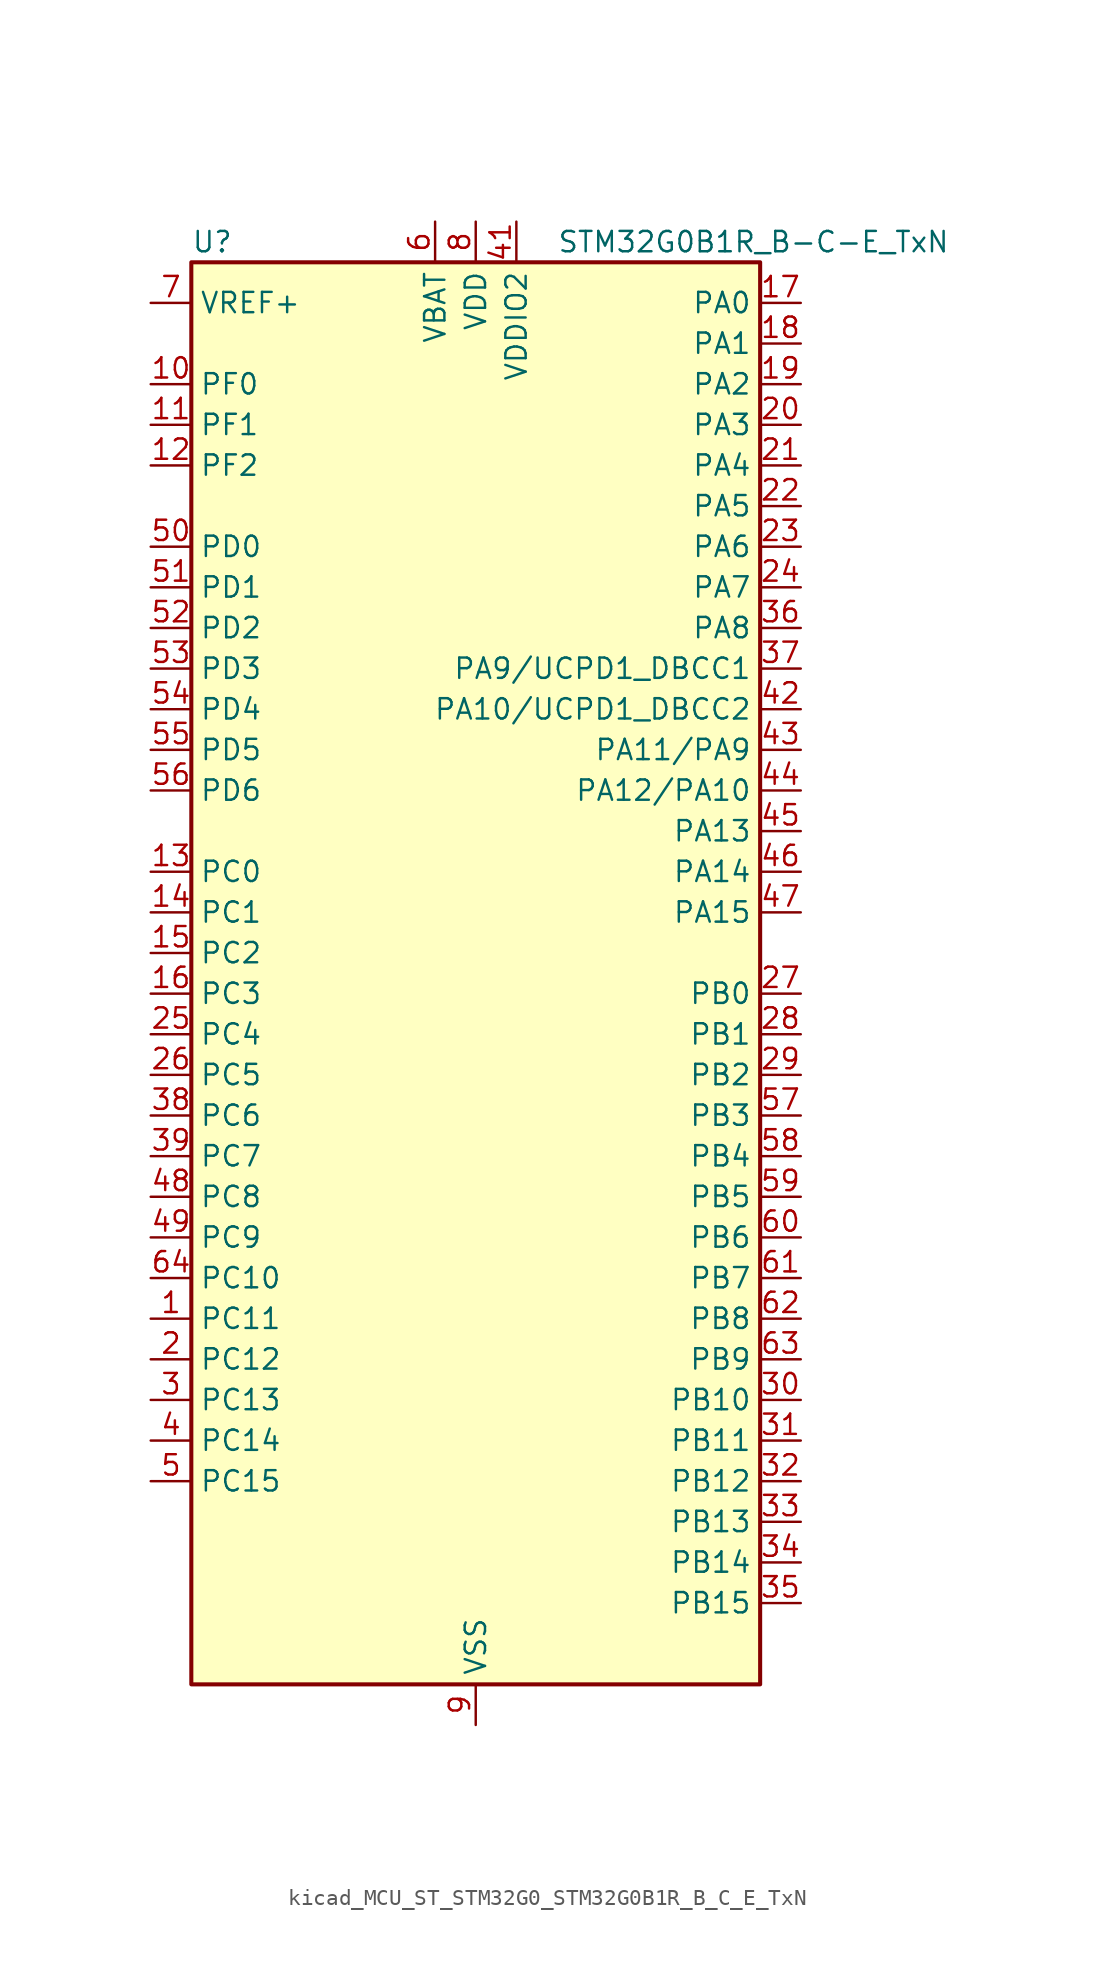
<source format=kicad_sym>
(kicad_symbol_lib
  (version 20220914)
  (generator kicad_symbol_editor)
  (symbol "kicad_MCU_ST_STM32G0_STM32G0B1R_B_C_E_TxN"
    (property "Reference" "U"
      (at -17.78 46.99 0)
      (effects (font (size 1.27 1.27)) (justify left)))
    (property "Value" "STM32G0B1R_B-C-E_TxN"
      (at 5.08 46.99 0)
      (effects (font (size 1.27 1.27)) (justify left)))
    (property "ki_locked" ""
      (at 0 0 0)
      (effects (font (size 1.27 1.27))))
    (symbol "kicad_MCU_ST_STM32G0_STM32G0B1R_B_C_E_TxN_0_1"
      (rectangle (start -17.78 -43.18) (end 17.78 45.72) (stroke (width 0.254) (type default)) (fill (type background))))
    (symbol "kicad_MCU_ST_STM32G0_STM32G0B1R_B_C_E_TxN_1_1"
      (pin bidirectional line (at -20.32 -20.32 0) (length 2.54) (name "PC11" (effects (font (size 1.27 1.27)))) (number "1" (effects (font (size 1.27 1.27)))) (alternate "ADC1_EXTI11" bidirectional line) (alternate "SPI3_MISO" bidirectional line) (alternate "TIM1_CH4" bidirectional line) (alternate "USART3_RX" bidirectional line) (alternate "USART4_RX" bidirectional line))
      (pin bidirectional line (at -20.32 38.1 0) (length 2.54) (name "PF0" (effects (font (size 1.27 1.27)))) (number "10" (effects (font (size 1.27 1.27)))) (alternate "CRS1_SYNC" bidirectional line) (alternate "RCC_OSC_IN" bidirectional line) (alternate "TIM14_CH1" bidirectional line))
      (pin bidirectional line (at -20.32 35.56 0) (length 2.54) (name "PF1" (effects (font (size 1.27 1.27)))) (number "11" (effects (font (size 1.27 1.27)))) (alternate "RCC_OSC_EN" bidirectional line) (alternate "RCC_OSC_OUT" bidirectional line) (alternate "TIM15_CH1N" bidirectional line))
      (pin bidirectional line (at -20.32 33.02 0) (length 2.54) (name "PF2" (effects (font (size 1.27 1.27)))) (number "12" (effects (font (size 1.27 1.27)))) (alternate "LPUART2_DE" bidirectional line) (alternate "LPUART2_RTS" bidirectional line) (alternate "LPUART2_TX" bidirectional line) (alternate "RCC_MCO" bidirectional line))
      (pin bidirectional line (at -20.32 7.62 0) (length 2.54) (name "PC0" (effects (font (size 1.27 1.27)))) (number "13" (effects (font (size 1.27 1.27)))) (alternate "COMP3_INM" bidirectional line) (alternate "COMP3_OUT" bidirectional line) (alternate "I2C3_SCL" bidirectional line) (alternate "LPTIM1_IN1" bidirectional line) (alternate "LPTIM2_IN1" bidirectional line) (alternate "LPUART1_RX" bidirectional line) (alternate "LPUART2_TX" bidirectional line) (alternate "USART6_TX" bidirectional line))
      (pin bidirectional line (at -20.32 5.08 0) (length 2.54) (name "PC1" (effects (font (size 1.27 1.27)))) (number "14" (effects (font (size 1.27 1.27)))) (alternate "COMP3_INP" bidirectional line) (alternate "I2C3_SDA" bidirectional line) (alternate "LPTIM1_OUT" bidirectional line) (alternate "LPUART1_TX" bidirectional line) (alternate "LPUART2_RX" bidirectional line) (alternate "TIM15_CH1" bidirectional line) (alternate "USART6_RX" bidirectional line))
      (pin bidirectional line (at -20.32 2.54 0) (length 2.54) (name "PC2" (effects (font (size 1.27 1.27)))) (number "15" (effects (font (size 1.27 1.27)))) (alternate "COMP3_OUT" bidirectional line) (alternate "FDCAN2_RX" bidirectional line) (alternate "I2S2_MCK" bidirectional line) (alternate "LPTIM1_IN2" bidirectional line) (alternate "SPI2_MISO" bidirectional line) (alternate "TIM15_CH2" bidirectional line))
      (pin bidirectional line (at -20.32 0 0) (length 2.54) (name "PC3" (effects (font (size 1.27 1.27)))) (number "16" (effects (font (size 1.27 1.27)))) (alternate "FDCAN2_TX" bidirectional line) (alternate "I2S2_SD" bidirectional line) (alternate "LPTIM1_ETR" bidirectional line) (alternate "LPTIM2_ETR" bidirectional line) (alternate "SPI2_MOSI" bidirectional line))
      (pin bidirectional line (at 20.32 43.18 180) (length 2.54) (name "PA0" (effects (font (size 1.27 1.27)))) (number "17" (effects (font (size 1.27 1.27)))) (alternate "ADC1_IN0" bidirectional line) (alternate "COMP1_INM" bidirectional line) (alternate "COMP1_OUT" bidirectional line) (alternate "I2S2_CK" bidirectional line) (alternate "LPTIM1_OUT" bidirectional line) (alternate "RTC_TAMP_IN2" bidirectional line) (alternate "SPI2_SCK" bidirectional line) (alternate "SYS_WKUP1" bidirectional line) (alternate "TIM2_CH1" bidirectional line) (alternate "TIM2_ETR" bidirectional line) (alternate "UCPD2_FRSTX1" bidirectional line) (alternate "UCPD2_FRSTX2" bidirectional line) (alternate "USART2_CTS" bidirectional line) (alternate "USART2_NSS" bidirectional line) (alternate "USART4_TX" bidirectional line))
      (pin bidirectional line (at 20.32 40.64 180) (length 2.54) (name "PA1" (effects (font (size 1.27 1.27)))) (number "18" (effects (font (size 1.27 1.27)))) (alternate "ADC1_IN1" bidirectional line) (alternate "COMP1_INP" bidirectional line) (alternate "I2C1_SMBA" bidirectional line) (alternate "I2S1_CK" bidirectional line) (alternate "SPI1_SCK" bidirectional line) (alternate "TIM15_CH1N" bidirectional line) (alternate "TIM2_CH2" bidirectional line) (alternate "USART2_CK" bidirectional line) (alternate "USART2_DE" bidirectional line) (alternate "USART2_RTS" bidirectional line) (alternate "USART4_RX" bidirectional line))
      (pin bidirectional line (at 20.32 38.1 180) (length 2.54) (name "PA2" (effects (font (size 1.27 1.27)))) (number "19" (effects (font (size 1.27 1.27)))) (alternate "ADC1_IN2" bidirectional line) (alternate "COMP2_INM" bidirectional line) (alternate "COMP2_OUT" bidirectional line) (alternate "I2S1_SD" bidirectional line) (alternate "LPUART1_TX" bidirectional line) (alternate "RCC_LSCO" bidirectional line) (alternate "SPI1_MOSI" bidirectional line) (alternate "SYS_WKUP4" bidirectional line) (alternate "TIM15_CH1" bidirectional line) (alternate "TIM2_CH3" bidirectional line) (alternate "UCPD1_FRSTX1" bidirectional line) (alternate "UCPD1_FRSTX2" bidirectional line) (alternate "USART2_TX" bidirectional line))
      (pin bidirectional line (at -20.32 -22.86 0) (length 2.54) (name "PC12" (effects (font (size 1.27 1.27)))) (number "2" (effects (font (size 1.27 1.27)))) (alternate "LPTIM1_IN1" bidirectional line) (alternate "SPI3_MOSI" bidirectional line) (alternate "TIM14_CH1" bidirectional line) (alternate "UCPD1_FRSTX1" bidirectional line) (alternate "UCPD1_FRSTX2" bidirectional line) (alternate "USART5_TX" bidirectional line))
      (pin bidirectional line (at 20.32 35.56 180) (length 2.54) (name "PA3" (effects (font (size 1.27 1.27)))) (number "20" (effects (font (size 1.27 1.27)))) (alternate "ADC1_IN3" bidirectional line) (alternate "COMP2_INP" bidirectional line) (alternate "I2S2_MCK" bidirectional line) (alternate "LPUART1_RX" bidirectional line) (alternate "SPI2_MISO" bidirectional line) (alternate "TIM15_CH2" bidirectional line) (alternate "TIM2_CH4" bidirectional line) (alternate "UCPD2_FRSTX1" bidirectional line) (alternate "UCPD2_FRSTX2" bidirectional line) (alternate "USART2_RX" bidirectional line))
      (pin bidirectional line (at 20.32 33.02 180) (length 2.54) (name "PA4" (effects (font (size 1.27 1.27)))) (number "21" (effects (font (size 1.27 1.27)))) (alternate "ADC1_IN4" bidirectional line) (alternate "DAC1_OUT1" bidirectional line) (alternate "I2S1_WS" bidirectional line) (alternate "I2S2_SD" bidirectional line) (alternate "LPTIM2_OUT" bidirectional line) (alternate "RTC_OUT2" bidirectional line) (alternate "SPI1_NSS" bidirectional line) (alternate "SPI2_MOSI" bidirectional line) (alternate "SPI3_NSS" bidirectional line) (alternate "TIM14_CH1" bidirectional line) (alternate "UCPD2_FRSTX1" bidirectional line) (alternate "UCPD2_FRSTX2" bidirectional line) (alternate "USART6_TX" bidirectional line) (alternate "USB_NOE" bidirectional line))
      (pin bidirectional line (at 20.32 30.48 180) (length 2.54) (name "PA5" (effects (font (size 1.27 1.27)))) (number "22" (effects (font (size 1.27 1.27)))) (alternate "ADC1_IN5" bidirectional line) (alternate "CEC" bidirectional line) (alternate "DAC1_OUT2" bidirectional line) (alternate "I2S1_CK" bidirectional line) (alternate "LPTIM2_ETR" bidirectional line) (alternate "SPI1_SCK" bidirectional line) (alternate "TIM2_CH1" bidirectional line) (alternate "TIM2_ETR" bidirectional line) (alternate "UCPD1_FRSTX1" bidirectional line) (alternate "UCPD1_FRSTX2" bidirectional line) (alternate "USART3_TX" bidirectional line) (alternate "USART6_RX" bidirectional line))
      (pin bidirectional line (at 20.32 27.94 180) (length 2.54) (name "PA6" (effects (font (size 1.27 1.27)))) (number "23" (effects (font (size 1.27 1.27)))) (alternate "ADC1_IN6" bidirectional line) (alternate "COMP1_OUT" bidirectional line) (alternate "I2C2_SDA" bidirectional line) (alternate "I2C3_SDA" bidirectional line) (alternate "I2S1_MCK" bidirectional line) (alternate "LPUART1_CTS" bidirectional line) (alternate "SPI1_MISO" bidirectional line) (alternate "TIM16_CH1" bidirectional line) (alternate "TIM1_BK" bidirectional line) (alternate "TIM3_CH1" bidirectional line) (alternate "USART3_CTS" bidirectional line) (alternate "USART3_NSS" bidirectional line) (alternate "USART6_CTS" bidirectional line) (alternate "USART6_NSS" bidirectional line))
      (pin bidirectional line (at 20.32 25.4 180) (length 2.54) (name "PA7" (effects (font (size 1.27 1.27)))) (number "24" (effects (font (size 1.27 1.27)))) (alternate "ADC1_IN7" bidirectional line) (alternate "COMP2_OUT" bidirectional line) (alternate "I2C2_SCL" bidirectional line) (alternate "I2C3_SCL" bidirectional line) (alternate "I2S1_SD" bidirectional line) (alternate "SPI1_MOSI" bidirectional line) (alternate "TIM14_CH1" bidirectional line) (alternate "TIM17_CH1" bidirectional line) (alternate "TIM1_CH1N" bidirectional line) (alternate "TIM3_CH2" bidirectional line) (alternate "UCPD1_FRSTX1" bidirectional line) (alternate "UCPD1_FRSTX2" bidirectional line) (alternate "USART6_CK" bidirectional line) (alternate "USART6_DE" bidirectional line) (alternate "USART6_RTS" bidirectional line))
      (pin bidirectional line (at -20.32 -2.54 0) (length 2.54) (name "PC4" (effects (font (size 1.27 1.27)))) (number "25" (effects (font (size 1.27 1.27)))) (alternate "ADC1_IN17" bidirectional line) (alternate "COMP1_INM" bidirectional line) (alternate "FDCAN1_RX" bidirectional line) (alternate "TIM2_CH1" bidirectional line) (alternate "TIM2_ETR" bidirectional line) (alternate "USART1_TX" bidirectional line) (alternate "USART3_TX" bidirectional line))
      (pin bidirectional line (at -20.32 -5.08 0) (length 2.54) (name "PC5" (effects (font (size 1.27 1.27)))) (number "26" (effects (font (size 1.27 1.27)))) (alternate "ADC1_IN18" bidirectional line) (alternate "COMP1_INP" bidirectional line) (alternate "FDCAN1_TX" bidirectional line) (alternate "SYS_WKUP5" bidirectional line) (alternate "TIM2_CH2" bidirectional line) (alternate "USART1_RX" bidirectional line) (alternate "USART3_RX" bidirectional line))
      (pin bidirectional line (at 20.32 0 180) (length 2.54) (name "PB0" (effects (font (size 1.27 1.27)))) (number "27" (effects (font (size 1.27 1.27)))) (alternate "ADC1_IN8" bidirectional line) (alternate "COMP1_OUT" bidirectional line) (alternate "COMP3_INP" bidirectional line) (alternate "FDCAN2_RX" bidirectional line) (alternate "I2S1_WS" bidirectional line) (alternate "LPTIM1_OUT" bidirectional line) (alternate "LPUART2_CTS" bidirectional line) (alternate "SPI1_NSS" bidirectional line) (alternate "TIM1_CH2N" bidirectional line) (alternate "TIM3_CH3" bidirectional line) (alternate "UCPD1_FRSTX1" bidirectional line) (alternate "UCPD1_FRSTX2" bidirectional line) (alternate "USART3_RX" bidirectional line) (alternate "USART5_TX" bidirectional line))
      (pin bidirectional line (at 20.32 -2.54 180) (length 2.54) (name "PB1" (effects (font (size 1.27 1.27)))) (number "28" (effects (font (size 1.27 1.27)))) (alternate "ADC1_IN9" bidirectional line) (alternate "COMP1_INM" bidirectional line) (alternate "COMP3_OUT" bidirectional line) (alternate "FDCAN2_TX" bidirectional line) (alternate "LPTIM2_IN1" bidirectional line) (alternate "LPUART1_DE" bidirectional line) (alternate "LPUART1_RTS" bidirectional line) (alternate "LPUART2_DE" bidirectional line) (alternate "LPUART2_RTS" bidirectional line) (alternate "TIM14_CH1" bidirectional line) (alternate "TIM1_CH3N" bidirectional line) (alternate "TIM3_CH4" bidirectional line) (alternate "USART3_CK" bidirectional line) (alternate "USART3_DE" bidirectional line) (alternate "USART3_RTS" bidirectional line) (alternate "USART5_RX" bidirectional line))
      (pin bidirectional line (at 20.32 -5.08 180) (length 2.54) (name "PB2" (effects (font (size 1.27 1.27)))) (number "29" (effects (font (size 1.27 1.27)))) (alternate "ADC1_IN10" bidirectional line) (alternate "COMP1_INP" bidirectional line) (alternate "COMP3_INM" bidirectional line) (alternate "I2S2_MCK" bidirectional line) (alternate "LPTIM1_OUT" bidirectional line) (alternate "RCC_MCO_2" bidirectional line) (alternate "SPI2_MISO" bidirectional line) (alternate "USART3_TX" bidirectional line))
      (pin bidirectional line (at -20.32 -25.4 0) (length 2.54) (name "PC13" (effects (font (size 1.27 1.27)))) (number "3" (effects (font (size 1.27 1.27)))) (alternate "RTC_OUT1" bidirectional line) (alternate "RTC_TAMP_IN1" bidirectional line) (alternate "RTC_TS" bidirectional line) (alternate "SYS_WKUP2" bidirectional line) (alternate "TIM1_BK" bidirectional line))
      (pin bidirectional line (at 20.32 -25.4 180) (length 2.54) (name "PB10" (effects (font (size 1.27 1.27)))) (number "30" (effects (font (size 1.27 1.27)))) (alternate "ADC1_IN11" bidirectional line) (alternate "CEC" bidirectional line) (alternate "COMP1_OUT" bidirectional line) (alternate "I2C2_SCL" bidirectional line) (alternate "I2S2_CK" bidirectional line) (alternate "LPUART1_RX" bidirectional line) (alternate "SPI2_SCK" bidirectional line) (alternate "TIM2_CH3" bidirectional line) (alternate "USART3_TX" bidirectional line))
      (pin bidirectional line (at 20.32 -27.94 180) (length 2.54) (name "PB11" (effects (font (size 1.27 1.27)))) (number "31" (effects (font (size 1.27 1.27)))) (alternate "ADC1_EXTI11" bidirectional line) (alternate "ADC1_IN15" bidirectional line) (alternate "COMP2_OUT" bidirectional line) (alternate "I2C2_SDA" bidirectional line) (alternate "I2S2_SD" bidirectional line) (alternate "LPUART1_TX" bidirectional line) (alternate "SPI2_MOSI" bidirectional line) (alternate "TIM2_CH4" bidirectional line) (alternate "USART3_RX" bidirectional line))
      (pin bidirectional line (at 20.32 -30.48 180) (length 2.54) (name "PB12" (effects (font (size 1.27 1.27)))) (number "32" (effects (font (size 1.27 1.27)))) (alternate "ADC1_IN16" bidirectional line) (alternate "FDCAN2_RX" bidirectional line) (alternate "I2C2_SMBA" bidirectional line) (alternate "I2S2_WS" bidirectional line) (alternate "LPUART1_DE" bidirectional line) (alternate "LPUART1_RTS" bidirectional line) (alternate "SPI2_NSS" bidirectional line) (alternate "TIM15_BK" bidirectional line) (alternate "TIM1_BK" bidirectional line) (alternate "UCPD2_FRSTX1" bidirectional line) (alternate "UCPD2_FRSTX2" bidirectional line))
      (pin bidirectional line (at 20.32 -33.02 180) (length 2.54) (name "PB13" (effects (font (size 1.27 1.27)))) (number "33" (effects (font (size 1.27 1.27)))) (alternate "FDCAN2_TX" bidirectional line) (alternate "I2C2_SCL" bidirectional line) (alternate "I2S2_CK" bidirectional line) (alternate "LPUART1_CTS" bidirectional line) (alternate "SPI2_SCK" bidirectional line) (alternate "TIM15_CH1N" bidirectional line) (alternate "TIM1_CH1N" bidirectional line) (alternate "USART3_CTS" bidirectional line) (alternate "USART3_NSS" bidirectional line))
      (pin bidirectional line (at 20.32 -35.56 180) (length 2.54) (name "PB14" (effects (font (size 1.27 1.27)))) (number "34" (effects (font (size 1.27 1.27)))) (alternate "I2C2_SDA" bidirectional line) (alternate "I2S2_MCK" bidirectional line) (alternate "SPI2_MISO" bidirectional line) (alternate "TIM15_CH1" bidirectional line) (alternate "TIM1_CH2N" bidirectional line) (alternate "UCPD1_FRSTX1" bidirectional line) (alternate "UCPD1_FRSTX2" bidirectional line) (alternate "USART3_CK" bidirectional line) (alternate "USART3_DE" bidirectional line) (alternate "USART3_RTS" bidirectional line) (alternate "USART6_CK" bidirectional line) (alternate "USART6_DE" bidirectional line) (alternate "USART6_RTS" bidirectional line))
      (pin bidirectional line (at 20.32 -38.1 180) (length 2.54) (name "PB15" (effects (font (size 1.27 1.27)))) (number "35" (effects (font (size 1.27 1.27)))) (alternate "I2S2_SD" bidirectional line) (alternate "RTC_REFIN" bidirectional line) (alternate "SPI2_MOSI" bidirectional line) (alternate "TIM15_CH1N" bidirectional line) (alternate "TIM15_CH2" bidirectional line) (alternate "TIM1_CH3N" bidirectional line) (alternate "UCPD1_CC2" bidirectional line) (alternate "USART6_CTS" bidirectional line) (alternate "USART6_NSS" bidirectional line))
      (pin bidirectional line (at 20.32 22.86 180) (length 2.54) (name "PA8" (effects (font (size 1.27 1.27)))) (number "36" (effects (font (size 1.27 1.27)))) (alternate "CRS1_SYNC" bidirectional line) (alternate "I2C2_SMBA" bidirectional line) (alternate "I2S2_WS" bidirectional line) (alternate "LPTIM2_OUT" bidirectional line) (alternate "RCC_MCO" bidirectional line) (alternate "SPI2_NSS" bidirectional line) (alternate "TIM1_CH1" bidirectional line) (alternate "UCPD1_CC1" bidirectional line))
      (pin bidirectional line (at 20.32 20.32 180) (length 2.54) (name "PA9/UCPD1_DBCC1" (effects (font (size 1.27 1.27)))) (number "37" (effects (font (size 1.27 1.27)))) (alternate "DAC1_EXTI9" bidirectional line) (alternate "I2C1_SCL" bidirectional line) (alternate "I2C2_SCL" bidirectional line) (alternate "I2S2_MCK" bidirectional line) (alternate "RCC_MCO" bidirectional line) (alternate "SPI2_MISO" bidirectional line) (alternate "TIM15_BK" bidirectional line) (alternate "TIM1_CH2" bidirectional line) (alternate "UCPD1_DBCC1" bidirectional line) (alternate "USART1_TX" bidirectional line))
      (pin bidirectional line (at -20.32 -7.62 0) (length 2.54) (name "PC6" (effects (font (size 1.27 1.27)))) (number "38" (effects (font (size 1.27 1.27)))) (alternate "LPUART2_TX" bidirectional line) (alternate "TIM2_CH3" bidirectional line) (alternate "TIM3_CH1" bidirectional line) (alternate "UCPD1_FRSTX1" bidirectional line) (alternate "UCPD1_FRSTX2" bidirectional line))
      (pin bidirectional line (at -20.32 -10.16 0) (length 2.54) (name "PC7" (effects (font (size 1.27 1.27)))) (number "39" (effects (font (size 1.27 1.27)))) (alternate "LPUART2_RX" bidirectional line) (alternate "TIM2_CH4" bidirectional line) (alternate "TIM3_CH2" bidirectional line) (alternate "UCPD2_FRSTX1" bidirectional line) (alternate "UCPD2_FRSTX2" bidirectional line))
      (pin bidirectional line (at -20.32 -27.94 0) (length 2.54) (name "PC14" (effects (font (size 1.27 1.27)))) (number "4" (effects (font (size 1.27 1.27)))) (alternate "RCC_OSC32_IN" bidirectional line) (alternate "TIM1_BK2" bidirectional line))
      (pin passive line (at 0 -45.72 90) (length 2.54) hide (name "VSS" (effects (font (size 1.27 1.27)))) (number "40" (effects (font (size 1.27 1.27)))))
      (pin power_in line (at 2.54 48.26 270) (length 2.54) (name "VDDIO2" (effects (font (size 1.27 1.27)))) (number "41" (effects (font (size 1.27 1.27)))))
      (pin bidirectional line (at 20.32 17.78 180) (length 2.54) (name "PA10/UCPD1_DBCC2" (effects (font (size 1.27 1.27)))) (number "42" (effects (font (size 1.27 1.27)))) (alternate "I2C1_SDA" bidirectional line) (alternate "I2C2_SDA" bidirectional line) (alternate "I2S2_SD" bidirectional line) (alternate "RCC_MCO_2" bidirectional line) (alternate "SPI2_MOSI" bidirectional line) (alternate "TIM17_BK" bidirectional line) (alternate "TIM1_CH3" bidirectional line) (alternate "UCPD1_DBCC2" bidirectional line) (alternate "USART1_RX" bidirectional line))
      (pin bidirectional line (at 20.32 15.24 180) (length 2.54) (name "PA11/PA9" (effects (font (size 1.27 1.27)))) (number "43" (effects (font (size 1.27 1.27)))) (alternate "ADC1_EXTI11" bidirectional line) (alternate "COMP1_OUT" bidirectional line) (alternate "FDCAN1_RX" bidirectional line) (alternate "I2C2_SCL" bidirectional line) (alternate "I2S1_MCK" bidirectional line) (alternate "SPI1_MISO" bidirectional line) (alternate "TIM1_BK2" bidirectional line) (alternate "TIM1_CH4" bidirectional line) (alternate "USART1_CTS" bidirectional line) (alternate "USART1_NSS" bidirectional line) (alternate "USB_DM" bidirectional line))
      (pin bidirectional line (at 20.32 12.7 180) (length 2.54) (name "PA12/PA10" (effects (font (size 1.27 1.27)))) (number "44" (effects (font (size 1.27 1.27)))) (alternate "COMP2_OUT" bidirectional line) (alternate "FDCAN1_TX" bidirectional line) (alternate "I2C2_SDA" bidirectional line) (alternate "I2S1_SD" bidirectional line) (alternate "I2S_CKIN" bidirectional line) (alternate "SPI1_MOSI" bidirectional line) (alternate "TIM1_ETR" bidirectional line) (alternate "USART1_CK" bidirectional line) (alternate "USART1_DE" bidirectional line) (alternate "USART1_RTS" bidirectional line) (alternate "USB_DP" bidirectional line))
      (pin bidirectional line (at 20.32 10.16 180) (length 2.54) (name "PA13" (effects (font (size 1.27 1.27)))) (number "45" (effects (font (size 1.27 1.27)))) (alternate "IR_OUT" bidirectional line) (alternate "LPUART2_RX" bidirectional line) (alternate "SYS_SWDIO" bidirectional line) (alternate "USB_NOE" bidirectional line))
      (pin bidirectional line (at 20.32 7.62 180) (length 2.54) (name "PA14" (effects (font (size 1.27 1.27)))) (number "46" (effects (font (size 1.27 1.27)))) (alternate "LPUART2_TX" bidirectional line) (alternate "SYS_SWCLK" bidirectional line) (alternate "USART2_TX" bidirectional line))
      (pin bidirectional line (at 20.32 5.08 180) (length 2.54) (name "PA15" (effects (font (size 1.27 1.27)))) (number "47" (effects (font (size 1.27 1.27)))) (alternate "I2C2_SMBA" bidirectional line) (alternate "I2S1_WS" bidirectional line) (alternate "RCC_MCO_2" bidirectional line) (alternate "SPI1_NSS" bidirectional line) (alternate "SPI3_NSS" bidirectional line) (alternate "TIM2_CH1" bidirectional line) (alternate "TIM2_ETR" bidirectional line) (alternate "USART2_RX" bidirectional line) (alternate "USART3_CK" bidirectional line) (alternate "USART3_DE" bidirectional line) (alternate "USART3_RTS" bidirectional line) (alternate "USART4_CK" bidirectional line) (alternate "USART4_DE" bidirectional line) (alternate "USART4_RTS" bidirectional line) (alternate "USB_NOE" bidirectional line))
      (pin bidirectional line (at -20.32 -12.7 0) (length 2.54) (name "PC8" (effects (font (size 1.27 1.27)))) (number "48" (effects (font (size 1.27 1.27)))) (alternate "LPUART2_CTS" bidirectional line) (alternate "TIM1_CH1" bidirectional line) (alternate "TIM3_CH3" bidirectional line) (alternate "UCPD2_FRSTX1" bidirectional line) (alternate "UCPD2_FRSTX2" bidirectional line))
      (pin bidirectional line (at -20.32 -15.24 0) (length 2.54) (name "PC9" (effects (font (size 1.27 1.27)))) (number "49" (effects (font (size 1.27 1.27)))) (alternate "DAC1_EXTI9" bidirectional line) (alternate "I2S_CKIN" bidirectional line) (alternate "LPUART2_DE" bidirectional line) (alternate "LPUART2_RTS" bidirectional line) (alternate "TIM1_CH2" bidirectional line) (alternate "TIM3_CH4" bidirectional line) (alternate "USB_NOE" bidirectional line))
      (pin bidirectional line (at -20.32 -30.48 0) (length 2.54) (name "PC15" (effects (font (size 1.27 1.27)))) (number "5" (effects (font (size 1.27 1.27)))) (alternate "RCC_OSC32_EN" bidirectional line) (alternate "RCC_OSC32_OUT" bidirectional line) (alternate "RCC_OSC_EN" bidirectional line) (alternate "TIM15_BK" bidirectional line))
      (pin bidirectional line (at -20.32 27.94 0) (length 2.54) (name "PD0" (effects (font (size 1.27 1.27)))) (number "50" (effects (font (size 1.27 1.27)))) (alternate "FDCAN1_RX" bidirectional line) (alternate "I2S2_WS" bidirectional line) (alternate "SPI2_NSS" bidirectional line) (alternate "TIM16_CH1" bidirectional line) (alternate "UCPD2_CC1" bidirectional line))
      (pin bidirectional line (at -20.32 25.4 0) (length 2.54) (name "PD1" (effects (font (size 1.27 1.27)))) (number "51" (effects (font (size 1.27 1.27)))) (alternate "FDCAN1_TX" bidirectional line) (alternate "I2S2_CK" bidirectional line) (alternate "SPI2_SCK" bidirectional line) (alternate "TIM17_CH1" bidirectional line) (alternate "UCPD2_DBCC1" bidirectional line))
      (pin bidirectional line (at -20.32 22.86 0) (length 2.54) (name "PD2" (effects (font (size 1.27 1.27)))) (number "52" (effects (font (size 1.27 1.27)))) (alternate "TIM1_CH1N" bidirectional line) (alternate "TIM3_ETR" bidirectional line) (alternate "UCPD2_CC2" bidirectional line) (alternate "USART3_CK" bidirectional line) (alternate "USART3_DE" bidirectional line) (alternate "USART3_RTS" bidirectional line) (alternate "USART5_RX" bidirectional line))
      (pin bidirectional line (at -20.32 20.32 0) (length 2.54) (name "PD3" (effects (font (size 1.27 1.27)))) (number "53" (effects (font (size 1.27 1.27)))) (alternate "I2S2_MCK" bidirectional line) (alternate "SPI2_MISO" bidirectional line) (alternate "TIM1_CH2N" bidirectional line) (alternate "UCPD2_DBCC2" bidirectional line) (alternate "USART2_CTS" bidirectional line) (alternate "USART2_NSS" bidirectional line) (alternate "USART5_TX" bidirectional line))
      (pin bidirectional line (at -20.32 17.78 0) (length 2.54) (name "PD4" (effects (font (size 1.27 1.27)))) (number "54" (effects (font (size 1.27 1.27)))) (alternate "I2S2_SD" bidirectional line) (alternate "SPI2_MOSI" bidirectional line) (alternate "TIM1_CH3N" bidirectional line) (alternate "USART2_CK" bidirectional line) (alternate "USART2_DE" bidirectional line) (alternate "USART2_RTS" bidirectional line) (alternate "USART5_CK" bidirectional line) (alternate "USART5_DE" bidirectional line) (alternate "USART5_RTS" bidirectional line))
      (pin bidirectional line (at -20.32 15.24 0) (length 2.54) (name "PD5" (effects (font (size 1.27 1.27)))) (number "55" (effects (font (size 1.27 1.27)))) (alternate "I2S1_MCK" bidirectional line) (alternate "SPI1_MISO" bidirectional line) (alternate "TIM1_BK" bidirectional line) (alternate "USART2_TX" bidirectional line) (alternate "USART5_CTS" bidirectional line) (alternate "USART5_NSS" bidirectional line))
      (pin bidirectional line (at -20.32 12.7 0) (length 2.54) (name "PD6" (effects (font (size 1.27 1.27)))) (number "56" (effects (font (size 1.27 1.27)))) (alternate "I2S1_SD" bidirectional line) (alternate "LPTIM2_OUT" bidirectional line) (alternate "SPI1_MOSI" bidirectional line) (alternate "USART2_RX" bidirectional line))
      (pin bidirectional line (at 20.32 -7.62 180) (length 2.54) (name "PB3" (effects (font (size 1.27 1.27)))) (number "57" (effects (font (size 1.27 1.27)))) (alternate "COMP2_INM" bidirectional line) (alternate "I2C2_SCL" bidirectional line) (alternate "I2C3_SCL" bidirectional line) (alternate "I2S1_CK" bidirectional line) (alternate "SPI1_SCK" bidirectional line) (alternate "SPI3_SCK" bidirectional line) (alternate "TIM1_CH2" bidirectional line) (alternate "TIM2_CH2" bidirectional line) (alternate "USART1_CK" bidirectional line) (alternate "USART1_DE" bidirectional line) (alternate "USART1_RTS" bidirectional line) (alternate "USART5_TX" bidirectional line))
      (pin bidirectional line (at 20.32 -10.16 180) (length 2.54) (name "PB4" (effects (font (size 1.27 1.27)))) (number "58" (effects (font (size 1.27 1.27)))) (alternate "COMP2_INP" bidirectional line) (alternate "I2C2_SDA" bidirectional line) (alternate "I2C3_SDA" bidirectional line) (alternate "I2S1_MCK" bidirectional line) (alternate "SPI1_MISO" bidirectional line) (alternate "SPI3_MISO" bidirectional line) (alternate "TIM17_BK" bidirectional line) (alternate "TIM3_CH1" bidirectional line) (alternate "USART1_CTS" bidirectional line) (alternate "USART1_NSS" bidirectional line) (alternate "USART5_RX" bidirectional line))
      (pin bidirectional line (at 20.32 -12.7 180) (length 2.54) (name "PB5" (effects (font (size 1.27 1.27)))) (number "59" (effects (font (size 1.27 1.27)))) (alternate "COMP2_OUT" bidirectional line) (alternate "FDCAN2_RX" bidirectional line) (alternate "I2C1_SMBA" bidirectional line) (alternate "I2S1_SD" bidirectional line) (alternate "LPTIM1_IN1" bidirectional line) (alternate "SPI1_MOSI" bidirectional line) (alternate "SPI3_MOSI" bidirectional line) (alternate "SYS_WKUP6" bidirectional line) (alternate "TIM16_BK" bidirectional line) (alternate "TIM3_CH2" bidirectional line) (alternate "USART5_CK" bidirectional line) (alternate "USART5_DE" bidirectional line) (alternate "USART5_RTS" bidirectional line))
      (pin power_in line (at -2.54 48.26 270) (length 2.54) (name "VBAT" (effects (font (size 1.27 1.27)))) (number "6" (effects (font (size 1.27 1.27)))))
      (pin bidirectional line (at 20.32 -15.24 180) (length 2.54) (name "PB6" (effects (font (size 1.27 1.27)))) (number "60" (effects (font (size 1.27 1.27)))) (alternate "COMP2_INP" bidirectional line) (alternate "FDCAN2_TX" bidirectional line) (alternate "I2C1_SCL" bidirectional line) (alternate "I2S2_MCK" bidirectional line) (alternate "LPTIM1_ETR" bidirectional line) (alternate "LPUART2_TX" bidirectional line) (alternate "SPI2_MISO" bidirectional line) (alternate "TIM16_CH1N" bidirectional line) (alternate "TIM1_CH3" bidirectional line) (alternate "TIM4_CH1" bidirectional line) (alternate "USART1_TX" bidirectional line) (alternate "USART5_CTS" bidirectional line) (alternate "USART5_NSS" bidirectional line))
      (pin bidirectional line (at 20.32 -17.78 180) (length 2.54) (name "PB7" (effects (font (size 1.27 1.27)))) (number "61" (effects (font (size 1.27 1.27)))) (alternate "COMP2_INM" bidirectional line) (alternate "I2C1_SDA" bidirectional line) (alternate "I2S2_SD" bidirectional line) (alternate "LPTIM1_IN2" bidirectional line) (alternate "LPUART2_RX" bidirectional line) (alternate "SPI2_MOSI" bidirectional line) (alternate "SYS_PVD_IN" bidirectional line) (alternate "TIM17_CH1N" bidirectional line) (alternate "TIM4_CH2" bidirectional line) (alternate "USART1_RX" bidirectional line) (alternate "USART4_CTS" bidirectional line) (alternate "USART4_NSS" bidirectional line))
      (pin bidirectional line (at 20.32 -20.32 180) (length 2.54) (name "PB8" (effects (font (size 1.27 1.27)))) (number "62" (effects (font (size 1.27 1.27)))) (alternate "CEC" bidirectional line) (alternate "FDCAN1_RX" bidirectional line) (alternate "I2C1_SCL" bidirectional line) (alternate "I2S2_CK" bidirectional line) (alternate "SPI2_SCK" bidirectional line) (alternate "TIM15_BK" bidirectional line) (alternate "TIM16_CH1" bidirectional line) (alternate "TIM4_CH3" bidirectional line) (alternate "USART3_TX" bidirectional line) (alternate "USART6_TX" bidirectional line))
      (pin bidirectional line (at 20.32 -22.86 180) (length 2.54) (name "PB9" (effects (font (size 1.27 1.27)))) (number "63" (effects (font (size 1.27 1.27)))) (alternate "DAC1_EXTI9" bidirectional line) (alternate "FDCAN1_TX" bidirectional line) (alternate "I2C1_SDA" bidirectional line) (alternate "I2S2_WS" bidirectional line) (alternate "IR_OUT" bidirectional line) (alternate "SPI2_NSS" bidirectional line) (alternate "TIM17_CH1" bidirectional line) (alternate "TIM4_CH4" bidirectional line) (alternate "UCPD2_FRSTX1" bidirectional line) (alternate "UCPD2_FRSTX2" bidirectional line) (alternate "USART3_RX" bidirectional line) (alternate "USART6_RX" bidirectional line))
      (pin bidirectional line (at -20.32 -17.78 0) (length 2.54) (name "PC10" (effects (font (size 1.27 1.27)))) (number "64" (effects (font (size 1.27 1.27)))) (alternate "SPI3_SCK" bidirectional line) (alternate "TIM1_CH3" bidirectional line) (alternate "USART3_TX" bidirectional line) (alternate "USART4_TX" bidirectional line))
      (pin input line (at -20.32 43.18 0) (length 2.54) (name "VREF+" (effects (font (size 1.27 1.27)))) (number "7" (effects (font (size 1.27 1.27)))) (alternate "VREFBUF_OUT" bidirectional line))
      (pin power_in line (at 0 48.26 270) (length 2.54) (name "VDD" (effects (font (size 1.27 1.27)))) (number "8" (effects (font (size 1.27 1.27)))))
      (pin power_in line (at 0 -45.72 90) (length 2.54) (name "VSS" (effects (font (size 1.27 1.27)))) (number "9" (effects (font (size 1.27 1.27))))))))
</source>
